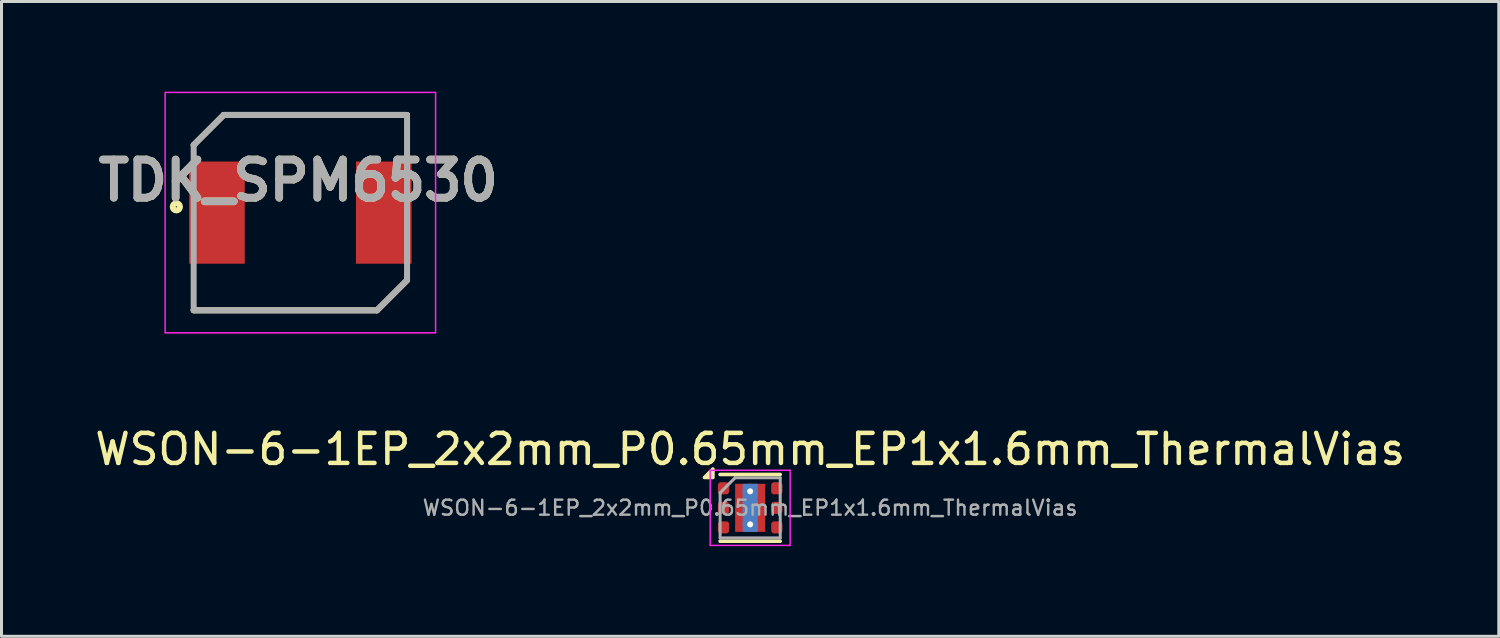
<source format=kicad_pcb>
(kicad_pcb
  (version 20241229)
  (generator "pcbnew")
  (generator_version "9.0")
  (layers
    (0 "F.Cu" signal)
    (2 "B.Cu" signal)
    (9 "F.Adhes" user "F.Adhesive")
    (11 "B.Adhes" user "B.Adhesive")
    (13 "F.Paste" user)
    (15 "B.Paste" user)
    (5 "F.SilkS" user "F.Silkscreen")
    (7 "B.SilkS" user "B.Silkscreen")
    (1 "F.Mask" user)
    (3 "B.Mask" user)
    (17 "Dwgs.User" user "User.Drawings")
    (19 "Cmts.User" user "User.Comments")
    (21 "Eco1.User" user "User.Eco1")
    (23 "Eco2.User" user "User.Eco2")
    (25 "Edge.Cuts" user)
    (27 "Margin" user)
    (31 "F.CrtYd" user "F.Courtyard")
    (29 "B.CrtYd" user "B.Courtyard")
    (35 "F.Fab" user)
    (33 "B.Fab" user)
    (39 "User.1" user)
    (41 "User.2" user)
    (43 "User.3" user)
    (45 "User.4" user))
  (footprint "TDK_SPM6530"
    (layer "F.Cu")
    (at 6.944 4.025)
    (property "Reference" "TDK_SPM6530" (at -0.068 -1.071 0) (layer "F.SilkS") (effects (font (size 1.27 1.27) (thickness 0.254))))
    (attr smd)
    (fp_line (start -3.55 -2.25) (end -2.55 -3.25) (stroke (width 0.2) (type solid)) (layer "F.SilkS"))
    (fp_line (start -2.55 -3.25) (end 3.55 -3.25) (stroke (width 0.2) (type solid)) (layer "F.SilkS"))
    (fp_line (start 2.55 3.25) (end -3.55 3.25) (stroke (width 0.2) (type solid)) (layer "F.SilkS"))
    (fp_line (start 3.55 2.25) (end 2.55 3.25) (stroke (width 0.2) (type solid)) (layer "F.SilkS"))
    (fp_circle (center -4.126 -0.193) (end -4.126 -0.073) (stroke (width 0.2) (type solid)) (fill no) (layer "F.SilkS"))
    (fp_rect (start -4.5 -4) (end 4.5 4) (stroke (width 0.05) (type default)) (fill no) (layer "F.CrtYd"))
    (fp_line (start -3.55 -2.25) (end -2.55 -3.25) (stroke (width 0.2) (type solid)) (layer "F.Fab"))
    (fp_line (start -3.55 3.25) (end -3.55 -2.25) (stroke (width 0.2) (type solid)) (layer "F.Fab"))
    (fp_line (start -2.55 -3.25) (end 3.55 -3.25) (stroke (width 0.2) (type solid)) (layer "F.Fab"))
    (fp_line (start 2.55 3.25) (end -3.55 3.25) (stroke (width 0.2) (type solid)) (layer "F.Fab"))
    (fp_line (start 3.55 -3.25) (end 3.55 2.25) (stroke (width 0.2) (type solid)) (layer "F.Fab"))
    (fp_line (start 3.55 2.25) (end 2.55 3.25) (stroke (width 0.2) (type solid)) (layer "F.Fab"))
    (fp_text user "${REFERENCE}" (at -0.068 -1.071 0) (layer "F.Fab") (effects (font (size 1.27 1.27) (thickness 0.254))))
    (pad "1" smd rect (at -2.775 0) (size 1.85 3.4) (layers "F.Cu" "F.Mask" "F.Paste"))
    (pad "2" smd rect (at 2.775 0) (size 1.85 3.4) (layers "F.Cu" "F.Mask" "F.Paste")))
  (footprint "WSON-6-1EP_2x2mm_P0.65mm_EP1x1.6mm_ThermalVias"
    (layer "F.Cu")
    (at 21.911 13.848)
    (property "Reference" "WSON-6-1EP_2x2mm_P0.65mm_EP1x1.6mm_ThermalVias" (at 0 -1.95 0) (layer "F.SilkS") (effects (font (size 1 1) (thickness 0.15))))
    (attr smd)
    (fp_line (start -1 -1.11) (end 1 -1.11) (stroke (width 0.12) (type solid)) (layer "F.SilkS"))
    (fp_line (start -1 1.11) (end 1 1.11) (stroke (width 0.12) (type solid)) (layer "F.SilkS"))
    (fp_poly (pts (xy -1.24 -1.01) (xy -1.52 -1.01) (xy -1.24 -1.29) (xy -1.24 -1.01)) (stroke (width 0.12) (type solid)) (fill yes) (layer "F.SilkS"))
    (fp_line (start -1.33 -1.25) (end -1.33 1.25) (stroke (width 0.05) (type solid)) (layer "F.CrtYd"))
    (fp_line (start -1.33 1.25) (end 1.33 1.25) (stroke (width 0.05) (type solid)) (layer "F.CrtYd"))
    (fp_line (start 1.33 -1.25) (end -1.33 -1.25) (stroke (width 0.05) (type solid)) (layer "F.CrtYd"))
    (fp_line (start 1.33 1.25) (end 1.33 -1.25) (stroke (width 0.05) (type solid)) (layer "F.CrtYd"))
    (fp_line (start -1 -0.5) (end -0.5 -1) (stroke (width 0.1) (type solid)) (layer "F.Fab"))
    (fp_line (start -1 1) (end -1 -0.5) (stroke (width 0.1) (type solid)) (layer "F.Fab"))
    (fp_line (start -0.5 -1) (end 1 -1) (stroke (width 0.1) (type solid)) (layer "F.Fab"))
    (fp_line (start 1 -1) (end 1 1) (stroke (width 0.1) (type solid)) (layer "F.Fab"))
    (fp_line (start 1 1) (end -1 1) (stroke (width 0.1) (type solid)) (layer "F.Fab"))
    (fp_text user "${REFERENCE}" (at 0 0 0) (layer "F.Fab") (effects (font (size 0.5 0.5) (thickness 0.08))))
    (pad "" smd roundrect (at 0 -0.4) (size 0.87 0.69) (layers "F.Paste") (roundrect_rratio 0.25))
    (pad "" smd roundrect (at 0 0.4) (size 0.87 0.69) (layers "F.Paste") (roundrect_rratio 0.25))
    (pad "1" smd roundrect (at -0.887 -0.65) (size 0.375 0.4) (layers "F.Cu" "F.Mask" "F.Paste") (roundrect_rratio 0.25))
    (pad "2" smd roundrect (at -0.887 0) (size 0.375 0.4) (layers "F.Cu" "F.Mask" "F.Paste") (roundrect_rratio 0.25))
    (pad "3" smd roundrect (at -0.887 0.65) (size 0.375 0.4) (layers "F.Cu" "F.Mask" "F.Paste") (roundrect_rratio 0.25))
    (pad "4" smd roundrect (at 0.887 0.65) (size 0.375 0.4) (layers "F.Cu" "F.Mask" "F.Paste") (roundrect_rratio 0.25))
    (pad "5" smd roundrect (at 0.887 0) (size 0.375 0.4) (layers "F.Cu" "F.Mask" "F.Paste") (roundrect_rratio 0.25))
    (pad "6" smd roundrect (at 0.887 -0.65) (size 0.375 0.4) (layers "F.Cu" "F.Mask" "F.Paste") (roundrect_rratio 0.25))
    (pad "7" thru_hole circle (at 0 -0.55) (size 0.5 0.5) (drill 0.2) (property pad_prop_heatsink) (layers "*.Cu" "*.Mask"))
    (pad "7" smd rect (at 0 0) (size 0.5 1.6) (property pad_prop_heatsink) (layers "B.Cu"))
    (pad "7" smd rect (at 0 0) (size 1 1.6) (property pad_prop_heatsink) (layers "F.Cu" "F.Mask"))
    (pad "7" thru_hole circle (at 0 0.55) (size 0.5 0.5) (drill 0.2) (property pad_prop_heatsink) (layers "*.Cu" "*.Mask")))
  (gr_rect
    (start -3 -3)
    (end 46.821 18.123)
    (stroke (width 0.1) (type default))
    (fill no)
    (layer "Edge.Cuts")))
</source>
